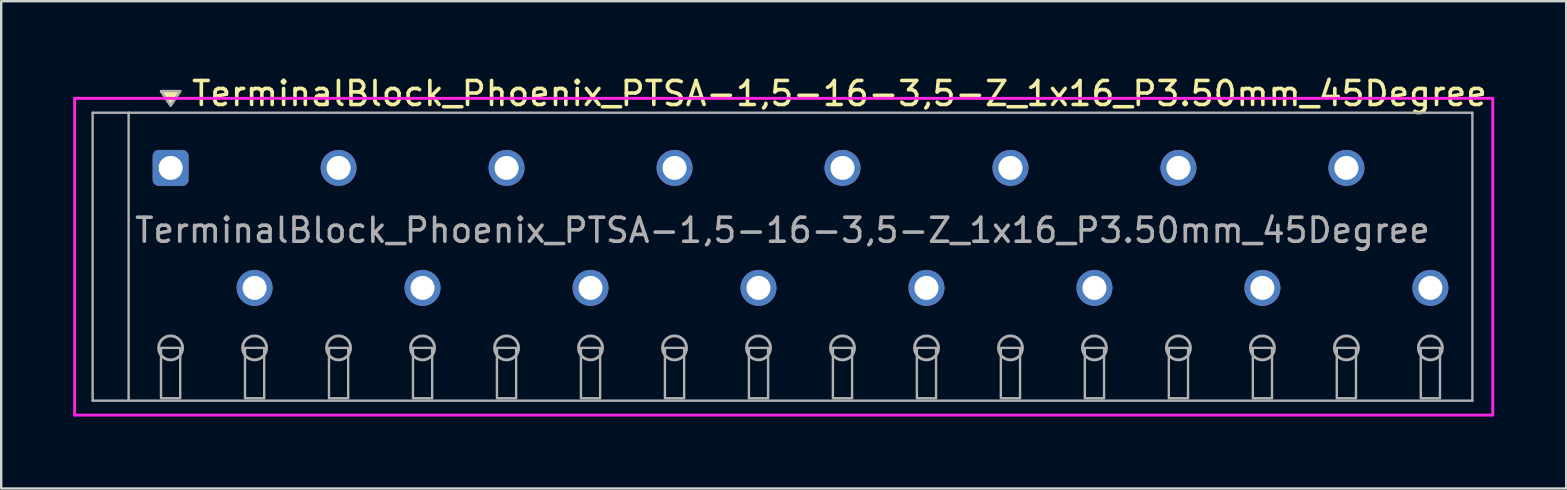
<source format=kicad_pcb>
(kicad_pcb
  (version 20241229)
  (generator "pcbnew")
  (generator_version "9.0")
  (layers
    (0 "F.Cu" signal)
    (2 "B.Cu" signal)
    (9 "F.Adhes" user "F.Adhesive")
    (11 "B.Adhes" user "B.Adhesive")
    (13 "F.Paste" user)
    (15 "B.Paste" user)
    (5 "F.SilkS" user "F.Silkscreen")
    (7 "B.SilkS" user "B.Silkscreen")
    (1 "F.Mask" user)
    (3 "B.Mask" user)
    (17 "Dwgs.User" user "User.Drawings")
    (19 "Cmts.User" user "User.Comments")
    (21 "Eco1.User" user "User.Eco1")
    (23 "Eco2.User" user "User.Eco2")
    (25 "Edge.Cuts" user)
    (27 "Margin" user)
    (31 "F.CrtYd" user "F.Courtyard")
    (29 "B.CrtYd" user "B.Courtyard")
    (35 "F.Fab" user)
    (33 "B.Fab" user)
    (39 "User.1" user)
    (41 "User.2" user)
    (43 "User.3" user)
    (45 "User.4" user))
  (footprint "TerminalBlock_Phoenix_PTSA-1,5-16-3,5-Z_1x16_P3.50mm_45Degree"
    (layer "F.Cu")
    (at 4.06 8.948)
    (property "Reference" "TerminalBlock_Phoenix_PTSA-1,5-16-3,5-Z_1x16_P3.50mm_45Degree" (at 0.8 -8.1 0) (layer "F.SilkS") (effects (font (size 1 1) (thickness 0.15)) (justify left)))
    (attr through_hole)
    (fp_poly (pts (xy 0 -7.6) (xy -0.4 -8.2) (xy 0.4 -8.2)) (stroke (width 0.1) (type solid)) (fill yes) (layer "F.SilkS"))
    (fp_line (start -4 -7.9) (end 55.1 -7.9) (stroke (width 0.12) (type solid)) (layer "F.CrtYd"))
    (fp_line (start -4 5.3) (end -4 -7.9) (stroke (width 0.12) (type solid)) (layer "F.CrtYd"))
    (fp_line (start 55.1 -7.9) (end 55.1 5.3) (stroke (width 0.12) (type solid)) (layer "F.CrtYd"))
    (fp_line (start 55.1 5.3) (end -4 5.3) (stroke (width 0.12) (type solid)) (layer "F.CrtYd"))
    (fp_line (start -3.25 -7.3) (end -1.75 -7.3) (stroke (width 0.1) (type solid)) (layer "F.Fab"))
    (fp_line (start -3.25 4.7) (end -3.25 -7.3) (stroke (width 0.1) (type solid)) (layer "F.Fab"))
    (fp_line (start -1.75 -7.3) (end -1.75 4.7) (stroke (width 0.1) (type solid)) (layer "F.Fab"))
    (fp_line (start -1.75 4.7) (end -3.25 4.7) (stroke (width 0.1) (type solid)) (layer "F.Fab"))
    (fp_line (start -1.75 4.7) (end 54.25 4.7) (stroke (width 0.1) (type solid)) (layer "F.Fab"))
    (fp_line (start 54.25 -7.3) (end -1.75 -7.3) (stroke (width 0.1) (type solid)) (layer "F.Fab"))
    (fp_line (start 54.25 4.7) (end 54.25 -7.3) (stroke (width 0.1) (type solid)) (layer "F.Fab"))
    (fp_circle (center 0 2.5) (end -0.5 2.5) (stroke (width 0.12) (type solid)) (fill no) (layer "F.Fab"))
    (fp_circle (center 3.5 2.5) (end 3 2.5) (stroke (width 0.12) (type solid)) (fill no) (layer "F.Fab"))
    (fp_circle (center 7 2.5) (end 6.5 2.5) (stroke (width 0.12) (type solid)) (fill no) (layer "F.Fab"))
    (fp_circle (center 10.5 2.5) (end 10 2.5) (stroke (width 0.12) (type solid)) (fill no) (layer "F.Fab"))
    (fp_circle (center 14 2.5) (end 13.5 2.5) (stroke (width 0.12) (type solid)) (fill no) (layer "F.Fab"))
    (fp_circle (center 17.5 2.5) (end 17 2.5) (stroke (width 0.12) (type solid)) (fill no) (layer "F.Fab"))
    (fp_circle (center 21 2.5) (end 20.5 2.5) (stroke (width 0.12) (type solid)) (fill no) (layer "F.Fab"))
    (fp_circle (center 24.5 2.5) (end 24 2.5) (stroke (width 0.12) (type solid)) (fill no) (layer "F.Fab"))
    (fp_circle (center 28 2.5) (end 27.5 2.5) (stroke (width 0.12) (type solid)) (fill no) (layer "F.Fab"))
    (fp_circle (center 31.5 2.5) (end 31 2.5) (stroke (width 0.12) (type solid)) (fill no) (layer "F.Fab"))
    (fp_circle (center 35 2.5) (end 34.5 2.5) (stroke (width 0.12) (type solid)) (fill no) (layer "F.Fab"))
    (fp_circle (center 38.5 2.5) (end 38 2.5) (stroke (width 0.12) (type solid)) (fill no) (layer "F.Fab"))
    (fp_circle (center 42 2.5) (end 41.5 2.5) (stroke (width 0.12) (type solid)) (fill no) (layer "F.Fab"))
    (fp_circle (center 45.5 2.5) (end 45 2.5) (stroke (width 0.12) (type solid)) (fill no) (layer "F.Fab"))
    (fp_circle (center 49 2.5) (end 48.5 2.5) (stroke (width 0.12) (type solid)) (fill no) (layer "F.Fab"))
    (fp_circle (center 52.5 2.5) (end 52 2.5) (stroke (width 0.12) (type solid)) (fill no) (layer "F.Fab"))
    (fp_poly (pts (xy 0 -7.6) (xy -0.4 -8.2) (xy 0.4 -8.2)) (stroke (width 0.1) (type solid)) (fill no) (layer "F.Fab"))
    (fp_poly (pts (xy -0.4 2.5) (xy -0.4 4.6) (xy 0.4 4.6) (xy 0.4 2.5)) (stroke (width 0.1) (type solid)) (fill no) (layer "F.Fab"))
    (fp_poly (pts (xy 3.1 2.5) (xy 3.1 4.6) (xy 3.9 4.6) (xy 3.9 2.5)) (stroke (width 0.1) (type solid)) (fill no) (layer "F.Fab"))
    (fp_poly (pts (xy 6.6 2.5) (xy 6.6 4.6) (xy 7.4 4.6) (xy 7.4 2.5)) (stroke (width 0.1) (type solid)) (fill no) (layer "F.Fab"))
    (fp_poly (pts (xy 10.1 2.5) (xy 10.1 4.6) (xy 10.9 4.6) (xy 10.9 2.5)) (stroke (width 0.1) (type solid)) (fill no) (layer "F.Fab"))
    (fp_poly (pts (xy 13.6 2.5) (xy 13.6 4.6) (xy 14.4 4.6) (xy 14.4 2.5)) (stroke (width 0.1) (type solid)) (fill no) (layer "F.Fab"))
    (fp_poly (pts (xy 17.1 2.5) (xy 17.1 4.6) (xy 17.9 4.6) (xy 17.9 2.5)) (stroke (width 0.1) (type solid)) (fill no) (layer "F.Fab"))
    (fp_poly (pts (xy 20.6 2.5) (xy 20.6 4.6) (xy 21.4 4.6) (xy 21.4 2.5)) (stroke (width 0.1) (type solid)) (fill no) (layer "F.Fab"))
    (fp_poly (pts (xy 24.1 2.5) (xy 24.1 4.6) (xy 24.9 4.6) (xy 24.9 2.5)) (stroke (width 0.1) (type solid)) (fill no) (layer "F.Fab"))
    (fp_poly (pts (xy 27.6 2.5) (xy 27.6 4.6) (xy 28.4 4.6) (xy 28.4 2.5)) (stroke (width 0.1) (type solid)) (fill no) (layer "F.Fab"))
    (fp_poly (pts (xy 31.1 2.5) (xy 31.1 4.6) (xy 31.9 4.6) (xy 31.9 2.5)) (stroke (width 0.1) (type solid)) (fill no) (layer "F.Fab"))
    (fp_poly (pts (xy 34.6 2.5) (xy 34.6 4.6) (xy 35.4 4.6) (xy 35.4 2.5)) (stroke (width 0.1) (type solid)) (fill no) (layer "F.Fab"))
    (fp_poly (pts (xy 38.1 2.5) (xy 38.1 4.6) (xy 38.9 4.6) (xy 38.9 2.5)) (stroke (width 0.1) (type solid)) (fill no) (layer "F.Fab"))
    (fp_poly (pts (xy 41.6 2.5) (xy 41.6 4.6) (xy 42.4 4.6) (xy 42.4 2.5)) (stroke (width 0.1) (type solid)) (fill no) (layer "F.Fab"))
    (fp_poly (pts (xy 45.1 2.5) (xy 45.1 4.6) (xy 45.9 4.6) (xy 45.9 2.5)) (stroke (width 0.1) (type solid)) (fill no) (layer "F.Fab"))
    (fp_poly (pts (xy 48.6 2.5) (xy 48.6 4.6) (xy 49.4 4.6) (xy 49.4 2.5)) (stroke (width 0.1) (type solid)) (fill no) (layer "F.Fab"))
    (fp_poly (pts (xy 52.1 2.5) (xy 52.1 4.6) (xy 52.9 4.6) (xy 52.9 2.5)) (stroke (width 0.1) (type solid)) (fill no) (layer "F.Fab"))
    (fp_text user "${REFERENCE}" (at 25.5 -2.4 0) (layer "F.Fab") (effects (font (size 1 1) (thickness 0.15))))
    (pad "1" thru_hole roundrect (at 0 -5) (size 1.5 1.5) (drill 1) (layers "*.Cu" "*.Mask") (roundrect_rratio 0.167))
    (pad "2" thru_hole oval (at 3.5 0) (size 1.5 1.5) (drill 1) (layers "*.Cu" "*.Mask"))
    (pad "3" thru_hole oval (at 7 -5) (size 1.5 1.5) (drill 1) (layers "*.Cu" "*.Mask"))
    (pad "4" thru_hole oval (at 10.5 0) (size 1.5 1.5) (drill 1) (layers "*.Cu" "*.Mask"))
    (pad "5" thru_hole oval (at 14 -5) (size 1.5 1.5) (drill 1) (layers "*.Cu" "*.Mask"))
    (pad "6" thru_hole oval (at 17.5 0) (size 1.5 1.5) (drill 1) (layers "*.Cu" "*.Mask"))
    (pad "7" thru_hole oval (at 21 -5) (size 1.5 1.5) (drill 1) (layers "*.Cu" "*.Mask"))
    (pad "8" thru_hole oval (at 24.5 0) (size 1.5 1.5) (drill 1) (layers "*.Cu" "*.Mask"))
    (pad "9" thru_hole oval (at 28 -5) (size 1.5 1.5) (drill 1) (layers "*.Cu" "*.Mask"))
    (pad "10" thru_hole oval (at 31.5 0) (size 1.5 1.5) (drill 1) (layers "*.Cu" "*.Mask"))
    (pad "11" thru_hole oval (at 35 -5) (size 1.5 1.5) (drill 1) (layers "*.Cu" "*.Mask"))
    (pad "12" thru_hole oval (at 38.5 0) (size 1.5 1.5) (drill 1) (layers "*.Cu" "*.Mask"))
    (pad "13" thru_hole oval (at 42 -5) (size 1.5 1.5) (drill 1) (layers "*.Cu" "*.Mask"))
    (pad "14" thru_hole oval (at 45.5 0) (size 1.5 1.5) (drill 1) (layers "*.Cu" "*.Mask"))
    (pad "15" thru_hole oval (at 49 -5) (size 1.5 1.5) (drill 1) (layers "*.Cu" "*.Mask"))
    (pad "16" thru_hole oval (at 52.5 0) (size 1.5 1.5) (drill 1) (layers "*.Cu" "*.Mask")))
  (gr_rect
    (start -3 -3)
    (end 62.22 17.308)
    (stroke (width 0.1) (type default))
    (fill no)
    (layer "Edge.Cuts")))
</source>
